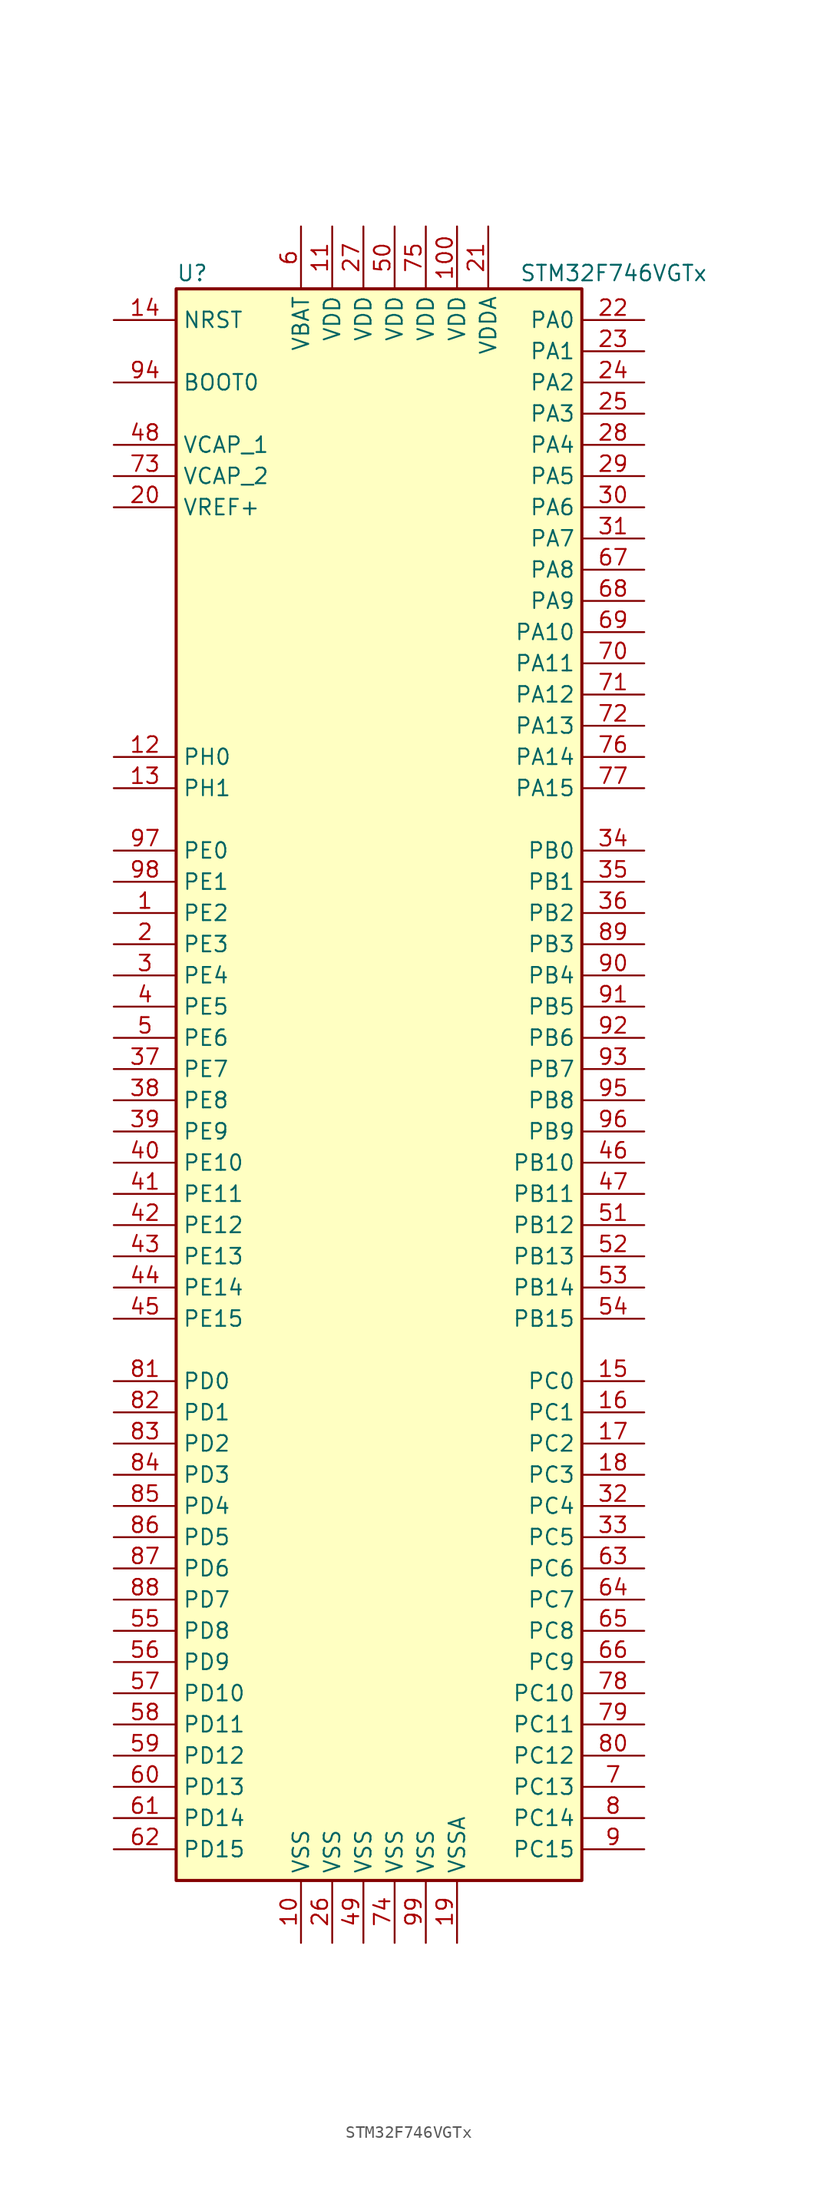
<source format=kicad_sym>
(kicad_symbol_lib
  (version 20201005)
  (generator kicad_symbol_editor)
  (symbol "STM32F746VGTx"
    (property "Reference" "U"
      (at -17.78 64.77 0)
      (effects (font (size 1.27 1.27)) (justify left)))
    (property "Value" "STM32F746VGTx"
      (at 10.16 64.77 0)
      (effects (font (size 1.27 1.27)) (justify left)))
    (symbol "STM32F746VGTx_0_1"
      (rectangle (start -17.78 -66.04) (end 15.24 63.5) (stroke (width 0.254)) (fill (type background))))
    (symbol "STM32F746VGTx_1_1"
      (pin bidirectional line (at -22.86 12.7 0) (length 5.08) (name "PE2" (effects (font (size 1.27 1.27)))) (number "1" (effects (font (size 1.27 1.27)))))
      (pin power_in line (at -7.62 -71.12 90) (length 5.08) (name "VSS" (effects (font (size 1.27 1.27)))) (number "10" (effects (font (size 1.27 1.27)))))
      (pin power_in line (at 5.08 68.58 270) (length 5.08) (name "VDD" (effects (font (size 1.27 1.27)))) (number "100" (effects (font (size 1.27 1.27)))))
      (pin power_in line (at -5.08 68.58 270) (length 5.08) (name "VDD" (effects (font (size 1.27 1.27)))) (number "11" (effects (font (size 1.27 1.27)))))
      (pin input line (at -22.86 25.4 0) (length 5.08) (name "PH0" (effects (font (size 1.27 1.27)))) (number "12" (effects (font (size 1.27 1.27)))))
      (pin input line (at -22.86 22.86 0) (length 5.08) (name "PH1" (effects (font (size 1.27 1.27)))) (number "13" (effects (font (size 1.27 1.27)))))
      (pin input line (at -22.86 60.96 0) (length 5.08) (name "NRST" (effects (font (size 1.27 1.27)))) (number "14" (effects (font (size 1.27 1.27)))))
      (pin bidirectional line (at 20.32 -25.4 180) (length 5.08) (name "PC0" (effects (font (size 1.27 1.27)))) (number "15" (effects (font (size 1.27 1.27)))))
      (pin bidirectional line (at 20.32 -27.94 180) (length 5.08) (name "PC1" (effects (font (size 1.27 1.27)))) (number "16" (effects (font (size 1.27 1.27)))))
      (pin bidirectional line (at 20.32 -30.48 180) (length 5.08) (name "PC2" (effects (font (size 1.27 1.27)))) (number "17" (effects (font (size 1.27 1.27)))))
      (pin bidirectional line (at 20.32 -33.02 180) (length 5.08) (name "PC3" (effects (font (size 1.27 1.27)))) (number "18" (effects (font (size 1.27 1.27)))))
      (pin power_in line (at 5.08 -71.12 90) (length 5.08) (name "VSSA" (effects (font (size 1.27 1.27)))) (number "19" (effects (font (size 1.27 1.27)))))
      (pin bidirectional line (at -22.86 10.16 0) (length 5.08) (name "PE3" (effects (font (size 1.27 1.27)))) (number "2" (effects (font (size 1.27 1.27)))))
      (pin power_in line (at -22.86 45.72 0) (length 5.08) (name "VREF+" (effects (font (size 1.27 1.27)))) (number "20" (effects (font (size 1.27 1.27)))))
      (pin power_in line (at 7.62 68.58 270) (length 5.08) (name "VDDA" (effects (font (size 1.27 1.27)))) (number "21" (effects (font (size 1.27 1.27)))))
      (pin bidirectional line (at 20.32 60.96 180) (length 5.08) (name "PA0" (effects (font (size 1.27 1.27)))) (number "22" (effects (font (size 1.27 1.27)))))
      (pin bidirectional line (at 20.32 58.42 180) (length 5.08) (name "PA1" (effects (font (size 1.27 1.27)))) (number "23" (effects (font (size 1.27 1.27)))))
      (pin bidirectional line (at 20.32 55.88 180) (length 5.08) (name "PA2" (effects (font (size 1.27 1.27)))) (number "24" (effects (font (size 1.27 1.27)))))
      (pin bidirectional line (at 20.32 53.34 180) (length 5.08) (name "PA3" (effects (font (size 1.27 1.27)))) (number "25" (effects (font (size 1.27 1.27)))))
      (pin power_in line (at -5.08 -71.12 90) (length 5.08) (name "VSS" (effects (font (size 1.27 1.27)))) (number "26" (effects (font (size 1.27 1.27)))))
      (pin power_in line (at -2.54 68.58 270) (length 5.08) (name "VDD" (effects (font (size 1.27 1.27)))) (number "27" (effects (font (size 1.27 1.27)))))
      (pin bidirectional line (at 20.32 50.8 180) (length 5.08) (name "PA4" (effects (font (size 1.27 1.27)))) (number "28" (effects (font (size 1.27 1.27)))))
      (pin bidirectional line (at 20.32 48.26 180) (length 5.08) (name "PA5" (effects (font (size 1.27 1.27)))) (number "29" (effects (font (size 1.27 1.27)))))
      (pin bidirectional line (at -22.86 7.62 0) (length 5.08) (name "PE4" (effects (font (size 1.27 1.27)))) (number "3" (effects (font (size 1.27 1.27)))))
      (pin bidirectional line (at 20.32 45.72 180) (length 5.08) (name "PA6" (effects (font (size 1.27 1.27)))) (number "30" (effects (font (size 1.27 1.27)))))
      (pin bidirectional line (at 20.32 43.18 180) (length 5.08) (name "PA7" (effects (font (size 1.27 1.27)))) (number "31" (effects (font (size 1.27 1.27)))))
      (pin bidirectional line (at 20.32 -35.56 180) (length 5.08) (name "PC4" (effects (font (size 1.27 1.27)))) (number "32" (effects (font (size 1.27 1.27)))))
      (pin bidirectional line (at 20.32 -38.1 180) (length 5.08) (name "PC5" (effects (font (size 1.27 1.27)))) (number "33" (effects (font (size 1.27 1.27)))))
      (pin bidirectional line (at 20.32 17.78 180) (length 5.08) (name "PB0" (effects (font (size 1.27 1.27)))) (number "34" (effects (font (size 1.27 1.27)))))
      (pin bidirectional line (at 20.32 15.24 180) (length 5.08) (name "PB1" (effects (font (size 1.27 1.27)))) (number "35" (effects (font (size 1.27 1.27)))))
      (pin bidirectional line (at 20.32 12.7 180) (length 5.08) (name "PB2" (effects (font (size 1.27 1.27)))) (number "36" (effects (font (size 1.27 1.27)))))
      (pin bidirectional line (at -22.86 0 0) (length 5.08) (name "PE7" (effects (font (size 1.27 1.27)))) (number "37" (effects (font (size 1.27 1.27)))))
      (pin bidirectional line (at -22.86 -2.54 0) (length 5.08) (name "PE8" (effects (font (size 1.27 1.27)))) (number "38" (effects (font (size 1.27 1.27)))))
      (pin bidirectional line (at -22.86 -5.08 0) (length 5.08) (name "PE9" (effects (font (size 1.27 1.27)))) (number "39" (effects (font (size 1.27 1.27)))))
      (pin bidirectional line (at -22.86 5.08 0) (length 5.08) (name "PE5" (effects (font (size 1.27 1.27)))) (number "4" (effects (font (size 1.27 1.27)))))
      (pin bidirectional line (at -22.86 -7.62 0) (length 5.08) (name "PE10" (effects (font (size 1.27 1.27)))) (number "40" (effects (font (size 1.27 1.27)))))
      (pin bidirectional line (at -22.86 -10.16 0) (length 5.08) (name "PE11" (effects (font (size 1.27 1.27)))) (number "41" (effects (font (size 1.27 1.27)))))
      (pin bidirectional line (at -22.86 -12.7 0) (length 5.08) (name "PE12" (effects (font (size 1.27 1.27)))) (number "42" (effects (font (size 1.27 1.27)))))
      (pin bidirectional line (at -22.86 -15.24 0) (length 5.08) (name "PE13" (effects (font (size 1.27 1.27)))) (number "43" (effects (font (size 1.27 1.27)))))
      (pin bidirectional line (at -22.86 -17.78 0) (length 5.08) (name "PE14" (effects (font (size 1.27 1.27)))) (number "44" (effects (font (size 1.27 1.27)))))
      (pin bidirectional line (at -22.86 -20.32 0) (length 5.08) (name "PE15" (effects (font (size 1.27 1.27)))) (number "45" (effects (font (size 1.27 1.27)))))
      (pin bidirectional line (at 20.32 -7.62 180) (length 5.08) (name "PB10" (effects (font (size 1.27 1.27)))) (number "46" (effects (font (size 1.27 1.27)))))
      (pin bidirectional line (at 20.32 -10.16 180) (length 5.08) (name "PB11" (effects (font (size 1.27 1.27)))) (number "47" (effects (font (size 1.27 1.27)))))
      (pin power_in line (at -22.86 50.8 0) (length 5.08) (name "VCAP_1" (effects (font (size 1.27 1.27)))) (number "48" (effects (font (size 1.27 1.27)))))
      (pin power_in line (at -2.54 -71.12 90) (length 5.08) (name "VSS" (effects (font (size 1.27 1.27)))) (number "49" (effects (font (size 1.27 1.27)))))
      (pin bidirectional line (at -22.86 2.54 0) (length 5.08) (name "PE6" (effects (font (size 1.27 1.27)))) (number "5" (effects (font (size 1.27 1.27)))))
      (pin power_in line (at 0 68.58 270) (length 5.08) (name "VDD" (effects (font (size 1.27 1.27)))) (number "50" (effects (font (size 1.27 1.27)))))
      (pin bidirectional line (at 20.32 -12.7 180) (length 5.08) (name "PB12" (effects (font (size 1.27 1.27)))) (number "51" (effects (font (size 1.27 1.27)))))
      (pin bidirectional line (at 20.32 -15.24 180) (length 5.08) (name "PB13" (effects (font (size 1.27 1.27)))) (number "52" (effects (font (size 1.27 1.27)))))
      (pin bidirectional line (at 20.32 -17.78 180) (length 5.08) (name "PB14" (effects (font (size 1.27 1.27)))) (number "53" (effects (font (size 1.27 1.27)))))
      (pin bidirectional line (at 20.32 -20.32 180) (length 5.08) (name "PB15" (effects (font (size 1.27 1.27)))) (number "54" (effects (font (size 1.27 1.27)))))
      (pin bidirectional line (at -22.86 -45.72 0) (length 5.08) (name "PD8" (effects (font (size 1.27 1.27)))) (number "55" (effects (font (size 1.27 1.27)))))
      (pin bidirectional line (at -22.86 -48.26 0) (length 5.08) (name "PD9" (effects (font (size 1.27 1.27)))) (number "56" (effects (font (size 1.27 1.27)))))
      (pin bidirectional line (at -22.86 -50.8 0) (length 5.08) (name "PD10" (effects (font (size 1.27 1.27)))) (number "57" (effects (font (size 1.27 1.27)))))
      (pin bidirectional line (at -22.86 -53.34 0) (length 5.08) (name "PD11" (effects (font (size 1.27 1.27)))) (number "58" (effects (font (size 1.27 1.27)))))
      (pin bidirectional line (at -22.86 -55.88 0) (length 5.08) (name "PD12" (effects (font (size 1.27 1.27)))) (number "59" (effects (font (size 1.27 1.27)))))
      (pin power_in line (at -7.62 68.58 270) (length 5.08) (name "VBAT" (effects (font (size 1.27 1.27)))) (number "6" (effects (font (size 1.27 1.27)))))
      (pin bidirectional line (at -22.86 -58.42 0) (length 5.08) (name "PD13" (effects (font (size 1.27 1.27)))) (number "60" (effects (font (size 1.27 1.27)))))
      (pin bidirectional line (at -22.86 -60.96 0) (length 5.08) (name "PD14" (effects (font (size 1.27 1.27)))) (number "61" (effects (font (size 1.27 1.27)))))
      (pin bidirectional line (at -22.86 -63.5 0) (length 5.08) (name "PD15" (effects (font (size 1.27 1.27)))) (number "62" (effects (font (size 1.27 1.27)))))
      (pin bidirectional line (at 20.32 -40.64 180) (length 5.08) (name "PC6" (effects (font (size 1.27 1.27)))) (number "63" (effects (font (size 1.27 1.27)))))
      (pin bidirectional line (at 20.32 -43.18 180) (length 5.08) (name "PC7" (effects (font (size 1.27 1.27)))) (number "64" (effects (font (size 1.27 1.27)))))
      (pin bidirectional line (at 20.32 -45.72 180) (length 5.08) (name "PC8" (effects (font (size 1.27 1.27)))) (number "65" (effects (font (size 1.27 1.27)))))
      (pin bidirectional line (at 20.32 -48.26 180) (length 5.08) (name "PC9" (effects (font (size 1.27 1.27)))) (number "66" (effects (font (size 1.27 1.27)))))
      (pin bidirectional line (at 20.32 40.64 180) (length 5.08) (name "PA8" (effects (font (size 1.27 1.27)))) (number "67" (effects (font (size 1.27 1.27)))))
      (pin bidirectional line (at 20.32 38.1 180) (length 5.08) (name "PA9" (effects (font (size 1.27 1.27)))) (number "68" (effects (font (size 1.27 1.27)))))
      (pin bidirectional line (at 20.32 35.56 180) (length 5.08) (name "PA10" (effects (font (size 1.27 1.27)))) (number "69" (effects (font (size 1.27 1.27)))))
      (pin bidirectional line (at 20.32 -58.42 180) (length 5.08) (name "PC13" (effects (font (size 1.27 1.27)))) (number "7" (effects (font (size 1.27 1.27)))))
      (pin bidirectional line (at 20.32 33.02 180) (length 5.08) (name "PA11" (effects (font (size 1.27 1.27)))) (number "70" (effects (font (size 1.27 1.27)))))
      (pin bidirectional line (at 20.32 30.48 180) (length 5.08) (name "PA12" (effects (font (size 1.27 1.27)))) (number "71" (effects (font (size 1.27 1.27)))))
      (pin bidirectional line (at 20.32 27.94 180) (length 5.08) (name "PA13" (effects (font (size 1.27 1.27)))) (number "72" (effects (font (size 1.27 1.27)))))
      (pin power_in line (at -22.86 48.26 0) (length 5.08) (name "VCAP_2" (effects (font (size 1.27 1.27)))) (number "73" (effects (font (size 1.27 1.27)))))
      (pin power_in line (at 0 -71.12 90) (length 5.08) (name "VSS" (effects (font (size 1.27 1.27)))) (number "74" (effects (font (size 1.27 1.27)))))
      (pin power_in line (at 2.54 68.58 270) (length 5.08) (name "VDD" (effects (font (size 1.27 1.27)))) (number "75" (effects (font (size 1.27 1.27)))))
      (pin bidirectional line (at 20.32 25.4 180) (length 5.08) (name "PA14" (effects (font (size 1.27 1.27)))) (number "76" (effects (font (size 1.27 1.27)))))
      (pin bidirectional line (at 20.32 22.86 180) (length 5.08) (name "PA15" (effects (font (size 1.27 1.27)))) (number "77" (effects (font (size 1.27 1.27)))))
      (pin bidirectional line (at 20.32 -50.8 180) (length 5.08) (name "PC10" (effects (font (size 1.27 1.27)))) (number "78" (effects (font (size 1.27 1.27)))))
      (pin bidirectional line (at 20.32 -53.34 180) (length 5.08) (name "PC11" (effects (font (size 1.27 1.27)))) (number "79" (effects (font (size 1.27 1.27)))))
      (pin bidirectional line (at 20.32 -60.96 180) (length 5.08) (name "PC14" (effects (font (size 1.27 1.27)))) (number "8" (effects (font (size 1.27 1.27)))))
      (pin bidirectional line (at 20.32 -55.88 180) (length 5.08) (name "PC12" (effects (font (size 1.27 1.27)))) (number "80" (effects (font (size 1.27 1.27)))))
      (pin bidirectional line (at -22.86 -25.4 0) (length 5.08) (name "PD0" (effects (font (size 1.27 1.27)))) (number "81" (effects (font (size 1.27 1.27)))))
      (pin bidirectional line (at -22.86 -27.94 0) (length 5.08) (name "PD1" (effects (font (size 1.27 1.27)))) (number "82" (effects (font (size 1.27 1.27)))))
      (pin bidirectional line (at -22.86 -30.48 0) (length 5.08) (name "PD2" (effects (font (size 1.27 1.27)))) (number "83" (effects (font (size 1.27 1.27)))))
      (pin bidirectional line (at -22.86 -33.02 0) (length 5.08) (name "PD3" (effects (font (size 1.27 1.27)))) (number "84" (effects (font (size 1.27 1.27)))))
      (pin bidirectional line (at -22.86 -35.56 0) (length 5.08) (name "PD4" (effects (font (size 1.27 1.27)))) (number "85" (effects (font (size 1.27 1.27)))))
      (pin bidirectional line (at -22.86 -38.1 0) (length 5.08) (name "PD5" (effects (font (size 1.27 1.27)))) (number "86" (effects (font (size 1.27 1.27)))))
      (pin bidirectional line (at -22.86 -40.64 0) (length 5.08) (name "PD6" (effects (font (size 1.27 1.27)))) (number "87" (effects (font (size 1.27 1.27)))))
      (pin bidirectional line (at -22.86 -43.18 0) (length 5.08) (name "PD7" (effects (font (size 1.27 1.27)))) (number "88" (effects (font (size 1.27 1.27)))))
      (pin bidirectional line (at 20.32 10.16 180) (length 5.08) (name "PB3" (effects (font (size 1.27 1.27)))) (number "89" (effects (font (size 1.27 1.27)))))
      (pin bidirectional line (at 20.32 -63.5 180) (length 5.08) (name "PC15" (effects (font (size 1.27 1.27)))) (number "9" (effects (font (size 1.27 1.27)))))
      (pin bidirectional line (at 20.32 7.62 180) (length 5.08) (name "PB4" (effects (font (size 1.27 1.27)))) (number "90" (effects (font (size 1.27 1.27)))))
      (pin bidirectional line (at 20.32 5.08 180) (length 5.08) (name "PB5" (effects (font (size 1.27 1.27)))) (number "91" (effects (font (size 1.27 1.27)))))
      (pin bidirectional line (at 20.32 2.54 180) (length 5.08) (name "PB6" (effects (font (size 1.27 1.27)))) (number "92" (effects (font (size 1.27 1.27)))))
      (pin bidirectional line (at 20.32 0 180) (length 5.08) (name "PB7" (effects (font (size 1.27 1.27)))) (number "93" (effects (font (size 1.27 1.27)))))
      (pin input line (at -22.86 55.88 0) (length 5.08) (name "BOOT0" (effects (font (size 1.27 1.27)))) (number "94" (effects (font (size 1.27 1.27)))))
      (pin bidirectional line (at 20.32 -2.54 180) (length 5.08) (name "PB8" (effects (font (size 1.27 1.27)))) (number "95" (effects (font (size 1.27 1.27)))))
      (pin bidirectional line (at 20.32 -5.08 180) (length 5.08) (name "PB9" (effects (font (size 1.27 1.27)))) (number "96" (effects (font (size 1.27 1.27)))))
      (pin bidirectional line (at -22.86 17.78 0) (length 5.08) (name "PE0" (effects (font (size 1.27 1.27)))) (number "97" (effects (font (size 1.27 1.27)))))
      (pin bidirectional line (at -22.86 15.24 0) (length 5.08) (name "PE1" (effects (font (size 1.27 1.27)))) (number "98" (effects (font (size 1.27 1.27)))))
      (pin power_in line (at 2.54 -71.12 90) (length 5.08) (name "VSS" (effects (font (size 1.27 1.27)))) (number "99" (effects (font (size 1.27 1.27))))))))
</source>
